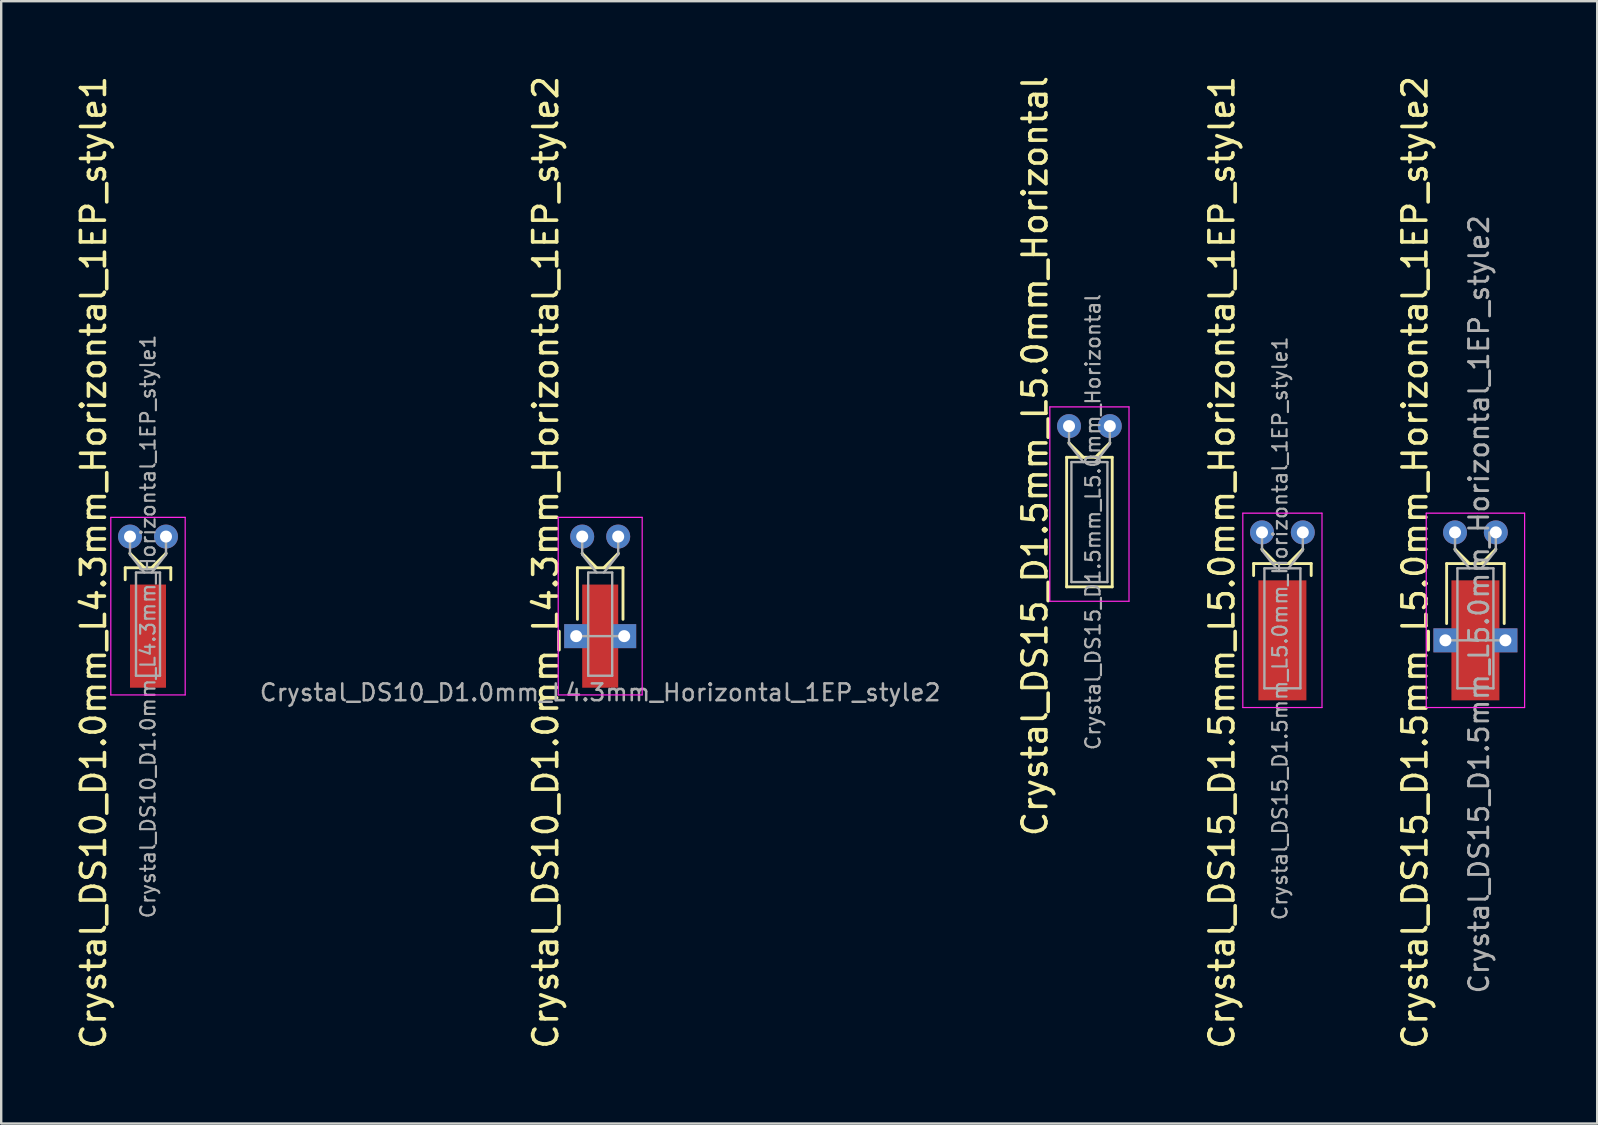
<source format=kicad_pcb>
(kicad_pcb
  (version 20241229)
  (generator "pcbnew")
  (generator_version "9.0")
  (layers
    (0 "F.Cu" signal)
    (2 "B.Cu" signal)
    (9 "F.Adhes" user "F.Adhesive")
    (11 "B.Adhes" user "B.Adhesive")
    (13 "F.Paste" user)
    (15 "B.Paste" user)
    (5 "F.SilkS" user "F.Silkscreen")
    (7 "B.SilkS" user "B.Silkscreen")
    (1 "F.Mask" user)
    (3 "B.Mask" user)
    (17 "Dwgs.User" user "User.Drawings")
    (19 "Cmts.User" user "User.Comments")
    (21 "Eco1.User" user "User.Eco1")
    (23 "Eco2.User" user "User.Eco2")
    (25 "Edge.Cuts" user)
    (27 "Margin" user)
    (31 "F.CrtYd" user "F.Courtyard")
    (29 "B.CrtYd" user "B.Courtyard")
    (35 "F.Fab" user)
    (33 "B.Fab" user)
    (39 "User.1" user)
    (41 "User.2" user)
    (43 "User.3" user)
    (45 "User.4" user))
  (footprint "Crystal_DS15_D1.5mm_L5.0mm_Horizontal_1EP_style2"
    (layer "F.Cu")
    (at 57.59 19.137)
    (property "Reference" "Crystal_DS15_D1.5mm_L5.0mm_Horizontal_1EP_style2" (at -1.67 1.25 90) (layer "F.SilkS") (effects (font (size 1 1) (thickness 0.15))))
    (attr through_hole)
    (fp_line (start -0.35 1.3) (end 2.05 1.3) (stroke (width 0.12) (type solid)) (layer "F.SilkS"))
    (fp_line (start -0.35 3.8) (end -0.35 1.3) (stroke (width 0.12) (type solid)) (layer "F.SilkS"))
    (fp_line (start 0 0.7) (end 0 0.7) (stroke (width 0.12) (type solid)) (layer "F.SilkS"))
    (fp_line (start 0.6 1.3) (end 0 0.7) (stroke (width 0.12) (type solid)) (layer "F.SilkS"))
    (fp_line (start 1.1 1.3) (end 1.7 0.7) (stroke (width 0.12) (type solid)) (layer "F.SilkS"))
    (fp_line (start 1.7 0.7) (end 1.7 0.7) (stroke (width 0.12) (type solid)) (layer "F.SilkS"))
    (fp_line (start 2.05 1.3) (end 2.05 3.8) (stroke (width 0.12) (type solid)) (layer "F.SilkS"))
    (fp_line (start -1.2 -0.8) (end -1.2 7.3) (stroke (width 0.05) (type solid)) (layer "F.CrtYd"))
    (fp_line (start -1.2 7.3) (end 2.9 7.3) (stroke (width 0.05) (type solid)) (layer "F.CrtYd"))
    (fp_line (start 2.9 -0.8) (end -1.2 -0.8) (stroke (width 0.05) (type solid)) (layer "F.CrtYd"))
    (fp_line (start 2.9 7.3) (end 2.9 -0.8) (stroke (width 0.05) (type solid)) (layer "F.CrtYd"))
    (fp_line (start -0.4 4.5) (end 2.1 4.5) (stroke (width 0.1) (type solid)) (layer "F.Fab"))
    (fp_line (start 0 0.75) (end 0 0) (stroke (width 0.1) (type solid)) (layer "F.Fab"))
    (fp_line (start 0.1 1.5) (end 0.1 6.5) (stroke (width 0.1) (type solid)) (layer "F.Fab"))
    (fp_line (start 0.1 6.5) (end 1.6 6.5) (stroke (width 0.1) (type solid)) (layer "F.Fab"))
    (fp_line (start 0.6 1.5) (end 0 0.75) (stroke (width 0.1) (type solid)) (layer "F.Fab"))
    (fp_line (start 1.1 1.5) (end 1.7 0.75) (stroke (width 0.1) (type solid)) (layer "F.Fab"))
    (fp_line (start 1.6 1.5) (end 0.1 1.5) (stroke (width 0.1) (type solid)) (layer "F.Fab"))
    (fp_line (start 1.6 6.5) (end 1.6 1.5) (stroke (width 0.1) (type solid)) (layer "F.Fab"))
    (fp_line (start 1.7 0.75) (end 1.7 0) (stroke (width 0.1) (type solid)) (layer "F.Fab"))
    (fp_text user "${REFERENCE}" (at 1 3 90) (layer "F.Fab") (effects (font (size 0.8 0.8) (thickness 0.12))))
    (pad "1" thru_hole circle (at 0 0) (size 1 1) (drill 0.5) (layers "*.Cu" "*.Mask"))
    (pad "2" thru_hole circle (at 1.7 0) (size 1 1) (drill 0.5) (layers "*.Cu" "*.Mask"))
    (pad "3" thru_hole rect (at -0.4 4.5) (size 1 1) (drill 0.5) (layers "*.Cu" "*.Mask"))
    (pad "3" smd rect (at 0.85 4.5) (size 2 5) (layers "F.Cu" "F.Mask" "F.Paste"))
    (pad "3" thru_hole rect (at 2.1 4.5) (size 1 1) (drill 0.5) (layers "*.Cu" "*.Mask")))
  (footprint "Crystal_DS15_D1.5mm_L5.0mm_Horizontal_1EP_style1"
    (layer "F.Cu")
    (at 49.546 19.137)
    (property "Reference" "Crystal_DS15_D1.5mm_L5.0mm_Horizontal_1EP_style1" (at -1.67 1.25 90) (layer "F.SilkS") (effects (font (size 1 1) (thickness 0.15))))
    (attr through_hole)
    (fp_line (start -0.35 1.3) (end 2.05 1.3) (stroke (width 0.12) (type solid)) (layer "F.SilkS"))
    (fp_line (start -0.35 1.8) (end -0.35 1.3) (stroke (width 0.12) (type solid)) (layer "F.SilkS"))
    (fp_line (start 0 0.7) (end 0 0.7) (stroke (width 0.12) (type solid)) (layer "F.SilkS"))
    (fp_line (start 0.6 1.3) (end 0 0.7) (stroke (width 0.12) (type solid)) (layer "F.SilkS"))
    (fp_line (start 1.1 1.3) (end 1.7 0.7) (stroke (width 0.12) (type solid)) (layer "F.SilkS"))
    (fp_line (start 1.7 0.7) (end 1.7 0.7) (stroke (width 0.12) (type solid)) (layer "F.SilkS"))
    (fp_line (start 2.05 1.3) (end 2.05 1.8) (stroke (width 0.12) (type solid)) (layer "F.SilkS"))
    (fp_line (start -0.8 -0.8) (end -0.8 7.3) (stroke (width 0.05) (type solid)) (layer "F.CrtYd"))
    (fp_line (start -0.8 7.3) (end 2.5 7.3) (stroke (width 0.05) (type solid)) (layer "F.CrtYd"))
    (fp_line (start 2.5 -0.8) (end -0.8 -0.8) (stroke (width 0.05) (type solid)) (layer "F.CrtYd"))
    (fp_line (start 2.5 7.3) (end 2.5 -0.8) (stroke (width 0.05) (type solid)) (layer "F.CrtYd"))
    (fp_line (start 0 0.75) (end 0 0) (stroke (width 0.1) (type solid)) (layer "F.Fab"))
    (fp_line (start 0.1 1.5) (end 0.1 6.5) (stroke (width 0.1) (type solid)) (layer "F.Fab"))
    (fp_line (start 0.1 6.5) (end 1.6 6.5) (stroke (width 0.1) (type solid)) (layer "F.Fab"))
    (fp_line (start 0.6 1.5) (end 0 0.75) (stroke (width 0.1) (type solid)) (layer "F.Fab"))
    (fp_line (start 1.1 1.5) (end 1.7 0.75) (stroke (width 0.1) (type solid)) (layer "F.Fab"))
    (fp_line (start 1.6 1.5) (end 0.1 1.5) (stroke (width 0.1) (type solid)) (layer "F.Fab"))
    (fp_line (start 1.6 6.5) (end 1.6 1.5) (stroke (width 0.1) (type solid)) (layer "F.Fab"))
    (fp_line (start 1.7 0.75) (end 1.7 0) (stroke (width 0.1) (type solid)) (layer "F.Fab"))
    (fp_text user "${REFERENCE}" (at 0.75 4 90) (layer "F.Fab") (effects (font (size 0.6 0.6) (thickness 0.09))))
    (pad "1" thru_hole circle (at 0 0) (size 1 1) (drill 0.5) (layers "*.Cu" "*.Mask"))
    (pad "2" thru_hole circle (at 1.7 0) (size 1 1) (drill 0.5) (layers "*.Cu" "*.Mask"))
    (pad "3" smd rect (at 0.85 4.5) (size 2 5) (layers "F.Cu" "F.Mask" "F.Paste")))
  (footprint "Crystal_DS10_D1.0mm_L4.3mm_Horizontal_1EP_style1"
    (layer "F.Cu")
    (at 2.368 19.312)
    (property "Reference" "Crystal_DS10_D1.0mm_L4.3mm_Horizontal_1EP_style1" (at -1.52 1.075 90) (layer "F.SilkS") (effects (font (size 1 1) (thickness 0.15))))
    (attr through_hole)
    (fp_line (start -0.2 1.3) (end 1.7 1.3) (stroke (width 0.12) (type solid)) (layer "F.SilkS"))
    (fp_line (start -0.2 1.8) (end -0.2 1.3) (stroke (width 0.12) (type solid)) (layer "F.SilkS"))
    (fp_line (start 0 0.7) (end 0 0.7) (stroke (width 0.12) (type solid)) (layer "F.SilkS"))
    (fp_line (start 0.6 1.3) (end 0 0.7) (stroke (width 0.12) (type solid)) (layer "F.SilkS"))
    (fp_line (start 0.9 1.3) (end 1.5 0.7) (stroke (width 0.12) (type solid)) (layer "F.SilkS"))
    (fp_line (start 1.5 0.7) (end 1.5 0.7) (stroke (width 0.12) (type solid)) (layer "F.SilkS"))
    (fp_line (start 1.7 1.3) (end 1.7 1.8) (stroke (width 0.12) (type solid)) (layer "F.SilkS"))
    (fp_line (start -0.8 -0.8) (end -0.8 6.6) (stroke (width 0.05) (type solid)) (layer "F.CrtYd"))
    (fp_line (start -0.8 6.6) (end 2.3 6.6) (stroke (width 0.05) (type solid)) (layer "F.CrtYd"))
    (fp_line (start 2.3 -0.8) (end -0.8 -0.8) (stroke (width 0.05) (type solid)) (layer "F.CrtYd"))
    (fp_line (start 2.3 6.6) (end 2.3 -0.8) (stroke (width 0.05) (type solid)) (layer "F.CrtYd"))
    (fp_line (start 0 0.75) (end 0 0) (stroke (width 0.1) (type solid)) (layer "F.Fab"))
    (fp_line (start 0.25 1.5) (end 0.25 5.8) (stroke (width 0.1) (type solid)) (layer "F.Fab"))
    (fp_line (start 0.25 5.8) (end 1.25 5.8) (stroke (width 0.1) (type solid)) (layer "F.Fab"))
    (fp_line (start 0.6 1.5) (end 0 0.75) (stroke (width 0.1) (type solid)) (layer "F.Fab"))
    (fp_line (start 0.9 1.5) (end 1.5 0.75) (stroke (width 0.1) (type solid)) (layer "F.Fab"))
    (fp_line (start 1.25 1.5) (end 0.25 1.5) (stroke (width 0.1) (type solid)) (layer "F.Fab"))
    (fp_line (start 1.25 5.8) (end 1.25 1.5) (stroke (width 0.1) (type solid)) (layer "F.Fab"))
    (fp_line (start 1.5 0.75) (end 1.5 0) (stroke (width 0.1) (type solid)) (layer "F.Fab"))
    (fp_text user "${REFERENCE}" (at 0.75 3.75 90) (layer "F.Fab") (effects (font (size 0.6 0.6) (thickness 0.09))))
    (pad "1" thru_hole circle (at 0 0) (size 1 1) (drill 0.5) (layers "*.Cu" "*.Mask"))
    (pad "2" thru_hole circle (at 1.5 0) (size 1 1) (drill 0.5) (layers "*.Cu" "*.Mask"))
    (pad "3" smd rect (at 0.75 4.15) (size 1.5 4.3) (layers "F.Cu" "F.Mask" "F.Paste")))
  (footprint "Crystal_DS15_D1.5mm_L5.0mm_Horizontal"
    (layer "F.Cu")
    (at 41.503 14.708)
    (property "Reference" "Crystal_DS15_D1.5mm_L5.0mm_Horizontal" (at -1.42 1.25 90) (layer "F.SilkS") (effects (font (size 1 1) (thickness 0.15))))
    (attr through_hole)
    (fp_line (start -0.1 1.3) (end -0.1 6.7) (stroke (width 0.12) (type solid)) (layer "F.SilkS"))
    (fp_line (start -0.1 6.7) (end 1.8 6.7) (stroke (width 0.12) (type solid)) (layer "F.SilkS"))
    (fp_line (start 0 0.7) (end 0 0.7) (stroke (width 0.12) (type solid)) (layer "F.SilkS"))
    (fp_line (start 0.6 1.3) (end 0 0.7) (stroke (width 0.12) (type solid)) (layer "F.SilkS"))
    (fp_line (start 1.1 1.3) (end 1.7 0.7) (stroke (width 0.12) (type solid)) (layer "F.SilkS"))
    (fp_line (start 1.7 0.7) (end 1.7 0.7) (stroke (width 0.12) (type solid)) (layer "F.SilkS"))
    (fp_line (start 1.8 1.3) (end -0.1 1.3) (stroke (width 0.12) (type solid)) (layer "F.SilkS"))
    (fp_line (start 1.8 6.7) (end 1.8 1.3) (stroke (width 0.12) (type solid)) (layer "F.SilkS"))
    (fp_line (start -0.8 -0.8) (end -0.8 7.3) (stroke (width 0.05) (type solid)) (layer "F.CrtYd"))
    (fp_line (start -0.8 7.3) (end 2.5 7.3) (stroke (width 0.05) (type solid)) (layer "F.CrtYd"))
    (fp_line (start 2.5 -0.8) (end -0.8 -0.8) (stroke (width 0.05) (type solid)) (layer "F.CrtYd"))
    (fp_line (start 2.5 7.3) (end 2.5 -0.8) (stroke (width 0.05) (type solid)) (layer "F.CrtYd"))
    (fp_line (start 0 0.75) (end 0 0) (stroke (width 0.1) (type solid)) (layer "F.Fab"))
    (fp_line (start 0.1 1.5) (end 0.1 6.5) (stroke (width 0.1) (type solid)) (layer "F.Fab"))
    (fp_line (start 0.1 6.5) (end 1.6 6.5) (stroke (width 0.1) (type solid)) (layer "F.Fab"))
    (fp_line (start 0.6 1.5) (end 0 0.75) (stroke (width 0.1) (type solid)) (layer "F.Fab"))
    (fp_line (start 1.1 1.5) (end 1.7 0.75) (stroke (width 0.1) (type solid)) (layer "F.Fab"))
    (fp_line (start 1.6 1.5) (end 0.1 1.5) (stroke (width 0.1) (type solid)) (layer "F.Fab"))
    (fp_line (start 1.6 6.5) (end 1.6 1.5) (stroke (width 0.1) (type solid)) (layer "F.Fab"))
    (fp_line (start 1.7 0.75) (end 1.7 0) (stroke (width 0.1) (type solid)) (layer "F.Fab"))
    (fp_text user "${REFERENCE}" (at 1 4 90) (layer "F.Fab") (effects (font (size 0.6 0.6) (thickness 0.09))))
    (pad "1" thru_hole circle (at 0 0) (size 1 1) (drill 0.5) (layers "*.Cu" "*.Mask"))
    (pad "2" thru_hole circle (at 1.7 0) (size 1 1) (drill 0.5) (layers "*.Cu" "*.Mask")))
  (footprint "Crystal_DS10_D1.0mm_L4.3mm_Horizontal_1EP_style2"
    (layer "F.Cu")
    (at 21.214 19.312)
    (property "Reference" "Crystal_DS10_D1.0mm_L4.3mm_Horizontal_1EP_style2" (at -1.52 1.075 90) (layer "F.SilkS") (effects (font (size 1 1) (thickness 0.15))))
    (attr through_hole)
    (fp_line (start -0.2 1.3) (end 1.7 1.3) (stroke (width 0.12) (type solid)) (layer "F.SilkS"))
    (fp_line (start -0.2 3.45) (end -0.2 1.3) (stroke (width 0.12) (type solid)) (layer "F.SilkS"))
    (fp_line (start 0 0.7) (end 0 0.7) (stroke (width 0.12) (type solid)) (layer "F.SilkS"))
    (fp_line (start 0.6 1.3) (end 0 0.7) (stroke (width 0.12) (type solid)) (layer "F.SilkS"))
    (fp_line (start 0.9 1.3) (end 1.5 0.7) (stroke (width 0.12) (type solid)) (layer "F.SilkS"))
    (fp_line (start 1.5 0.7) (end 1.5 0.7) (stroke (width 0.12) (type solid)) (layer "F.SilkS"))
    (fp_line (start 1.7 1.3) (end 1.7 3.45) (stroke (width 0.12) (type solid)) (layer "F.SilkS"))
    (fp_line (start -1 -0.8) (end -1 6.6) (stroke (width 0.05) (type solid)) (layer "F.CrtYd"))
    (fp_line (start -1 6.6) (end 2.5 6.6) (stroke (width 0.05) (type solid)) (layer "F.CrtYd"))
    (fp_line (start 2.5 -0.8) (end -1 -0.8) (stroke (width 0.05) (type solid)) (layer "F.CrtYd"))
    (fp_line (start 2.5 6.6) (end 2.5 -0.8) (stroke (width 0.05) (type solid)) (layer "F.CrtYd"))
    (fp_line (start -0.25 4.15) (end 1.75 4.15) (stroke (width 0.1) (type solid)) (layer "F.Fab"))
    (fp_line (start 0 0.75) (end 0 0) (stroke (width 0.1) (type solid)) (layer "F.Fab"))
    (fp_line (start 0.25 1.5) (end 0.25 5.8) (stroke (width 0.1) (type solid)) (layer "F.Fab"))
    (fp_line (start 0.25 5.8) (end 1.25 5.8) (stroke (width 0.1) (type solid)) (layer "F.Fab"))
    (fp_line (start 0.6 1.5) (end 0 0.75) (stroke (width 0.1) (type solid)) (layer "F.Fab"))
    (fp_line (start 0.9 1.5) (end 1.5 0.75) (stroke (width 0.1) (type solid)) (layer "F.Fab"))
    (fp_line (start 1.25 1.5) (end 0.25 1.5) (stroke (width 0.1) (type solid)) (layer "F.Fab"))
    (fp_line (start 1.25 5.8) (end 1.25 1.5) (stroke (width 0.1) (type solid)) (layer "F.Fab"))
    (fp_line (start 1.5 0.75) (end 1.5 0) (stroke (width 0.1) (type solid)) (layer "F.Fab"))
    (fp_text user "${REFERENCE}" (at 0.75 6.5 180) (layer "F.Fab") (effects (font (size 0.7 0.7) (thickness 0.105))))
    (pad "1" thru_hole circle (at 0 0) (size 1 1) (drill 0.5) (layers "*.Cu" "*.Mask"))
    (pad "2" thru_hole circle (at 1.5 0) (size 1 1) (drill 0.5) (layers "*.Cu" "*.Mask"))
    (pad "3" thru_hole rect (at -0.25 4.15) (size 1 1) (drill 0.5) (layers "*.Cu" "*.Mask"))
    (pad "3" smd rect (at 0.75 4.15) (size 1.5 4.3) (layers "F.Cu" "F.Mask" "F.Paste"))
    (pad "3" thru_hole rect (at 1.75 4.15) (size 1 1) (drill 0.5) (layers "*.Cu" "*.Mask")))
  (gr_rect
    (start -3 -3)
    (end 63.515 43.774)
    (stroke (width 0.1) (type default))
    (fill no)
    (layer "Edge.Cuts")))
</source>
